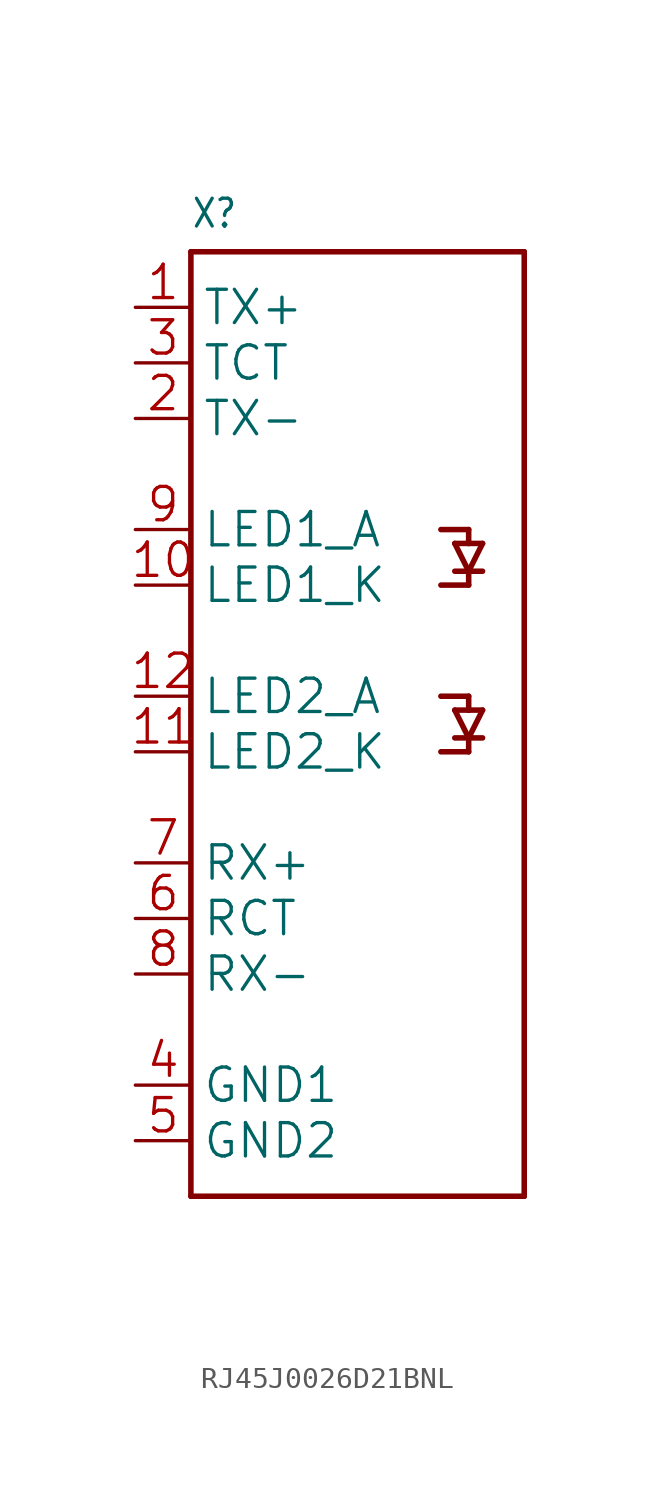
<source format=kicad_sym>
(kicad_symbol_lib
  (version 20241209)
  (generator "kicad_symbol_editor")
  (generator_version "9.0")
  (symbol "RJ45J0026D21BNL"
    (property "Reference" "X"
      (at -7.62 18.796 0)
      (effects (font (size 1.27 1.079)) (justify left bottom)))
    (property "Value" ""
      (at -7.62 -27.94 0)
      (effects (font (size 1.27 1.079)) (justify left bottom)))
    (property "ki_locked" ""
      (at 0 0 0)
      (effects (font (size 1.27 1.27))))
    (symbol "RJ45J0026D21BNL_1_0"
      (polyline (pts (xy -7.62 17.78) (xy 7.62 17.78)) (stroke (width 0.254) (type solid)) (fill (type none)))
      (polyline (pts (xy -7.62 -25.4) (xy -7.62 17.78)) (stroke (width 0.254) (type solid)) (fill (type none)))
      (polyline (pts (xy 3.81 5.08) (xy 5.08 5.08)) (stroke (width 0.254) (type solid)) (fill (type none)))
      (polyline (pts (xy 3.81 2.54) (xy 5.08 2.54)) (stroke (width 0.254) (type solid)) (fill (type none)))
      (polyline (pts (xy 3.81 -2.54) (xy 5.08 -2.54)) (stroke (width 0.254) (type solid)) (fill (type none)))
      (polyline (pts (xy 3.81 -5.08) (xy 5.08 -5.08)) (stroke (width 0.254) (type solid)) (fill (type none)))
      (polyline (pts (xy 4.445 4.445) (xy 5.08 4.445)) (stroke (width 0.254) (type solid)) (fill (type none)))
      (polyline (pts (xy 4.445 3.175) (xy 5.08 3.175)) (stroke (width 0.254) (type solid)) (fill (type none)))
      (polyline (pts (xy 4.445 -3.175) (xy 5.08 -3.175)) (stroke (width 0.254) (type solid)) (fill (type none)))
      (polyline (pts (xy 4.445 -4.445) (xy 5.08 -4.445)) (stroke (width 0.254) (type solid)) (fill (type none)))
      (polyline (pts (xy 5.08 4.445) (xy 5.08 5.08)) (stroke (width 0.254) (type solid)) (fill (type none)))
      (polyline (pts (xy 5.08 4.445) (xy 5.715 4.445)) (stroke (width 0.254) (type solid)) (fill (type none)))
      (polyline (pts (xy 5.08 3.175) (xy 4.445 4.445)) (stroke (width 0.254) (type solid)) (fill (type none)))
      (polyline (pts (xy 5.08 3.175) (xy 5.08 2.54)) (stroke (width 0.254) (type solid)) (fill (type none)))
      (polyline (pts (xy 5.08 3.175) (xy 5.715 3.175)) (stroke (width 0.254) (type solid)) (fill (type none)))
      (polyline (pts (xy 5.08 -3.175) (xy 5.08 -2.54)) (stroke (width 0.254) (type solid)) (fill (type none)))
      (polyline (pts (xy 5.08 -3.175) (xy 5.715 -3.175)) (stroke (width 0.254) (type solid)) (fill (type none)))
      (polyline (pts (xy 5.08 -4.445) (xy 4.445 -3.175)) (stroke (width 0.254) (type solid)) (fill (type none)))
      (polyline (pts (xy 5.08 -4.445) (xy 5.08 -5.08)) (stroke (width 0.254) (type solid)) (fill (type none)))
      (polyline (pts (xy 5.08 -4.445) (xy 5.715 -4.445)) (stroke (width 0.254) (type solid)) (fill (type none)))
      (polyline (pts (xy 5.715 4.445) (xy 5.08 3.175)) (stroke (width 0.254) (type solid)) (fill (type none)))
      (polyline (pts (xy 5.715 -3.175) (xy 5.08 -4.445)) (stroke (width 0.254) (type solid)) (fill (type none)))
      (polyline (pts (xy 7.62 17.78) (xy 7.62 -25.4)) (stroke (width 0.254) (type solid)) (fill (type none)))
      (polyline (pts (xy 7.62 -25.4) (xy -7.62 -25.4)) (stroke (width 0.254) (type solid)) (fill (type none)))
      (pin bidirectional line (at -10.16 15.24 0) (length 2.54) (name "TX+" (effects (font (size 1.524 1.524)))) (number "1" (effects (font (size 1.524 1.524)))))
      (pin bidirectional line (at -10.16 12.7 0) (length 2.54) (name "TCT" (effects (font (size 1.524 1.524)))) (number "3" (effects (font (size 1.524 1.524)))))
      (pin bidirectional line (at -10.16 10.16 0) (length 2.54) (name "TX-" (effects (font (size 1.524 1.524)))) (number "2" (effects (font (size 1.524 1.524)))))
      (pin bidirectional line (at -10.16 5.08 0) (length 2.54) (name "LED1_A" (effects (font (size 1.524 1.524)))) (number "9" (effects (font (size 1.524 1.524)))))
      (pin bidirectional line (at -10.16 2.54 0) (length 2.54) (name "LED1_K" (effects (font (size 1.524 1.524)))) (number "10" (effects (font (size 1.524 1.524)))))
      (pin bidirectional line (at -10.16 -2.54 0) (length 2.54) (name "LED2_A" (effects (font (size 1.524 1.524)))) (number "12" (effects (font (size 1.524 1.524)))))
      (pin bidirectional line (at -10.16 -5.08 0) (length 2.54) (name "LED2_K" (effects (font (size 1.524 1.524)))) (number "11" (effects (font (size 1.524 1.524)))))
      (pin bidirectional line (at -10.16 -10.16 0) (length 2.54) (name "RX+" (effects (font (size 1.524 1.524)))) (number "7" (effects (font (size 1.524 1.524)))))
      (pin bidirectional line (at -10.16 -12.7 0) (length 2.54) (name "RCT" (effects (font (size 1.524 1.524)))) (number "6" (effects (font (size 1.524 1.524)))))
      (pin bidirectional line (at -10.16 -15.24 0) (length 2.54) (name "RX-" (effects (font (size 1.524 1.524)))) (number "8" (effects (font (size 1.524 1.524)))))
      (pin bidirectional line (at -10.16 -20.32 0) (length 2.54) (name "GND1" (effects (font (size 1.524 1.524)))) (number "4" (effects (font (size 1.524 1.524)))))
      (pin bidirectional line (at -10.16 -22.86 0) (length 2.54) (name "GND2" (effects (font (size 1.524 1.524)))) (number "5" (effects (font (size 1.524 1.524))))))))
</source>
